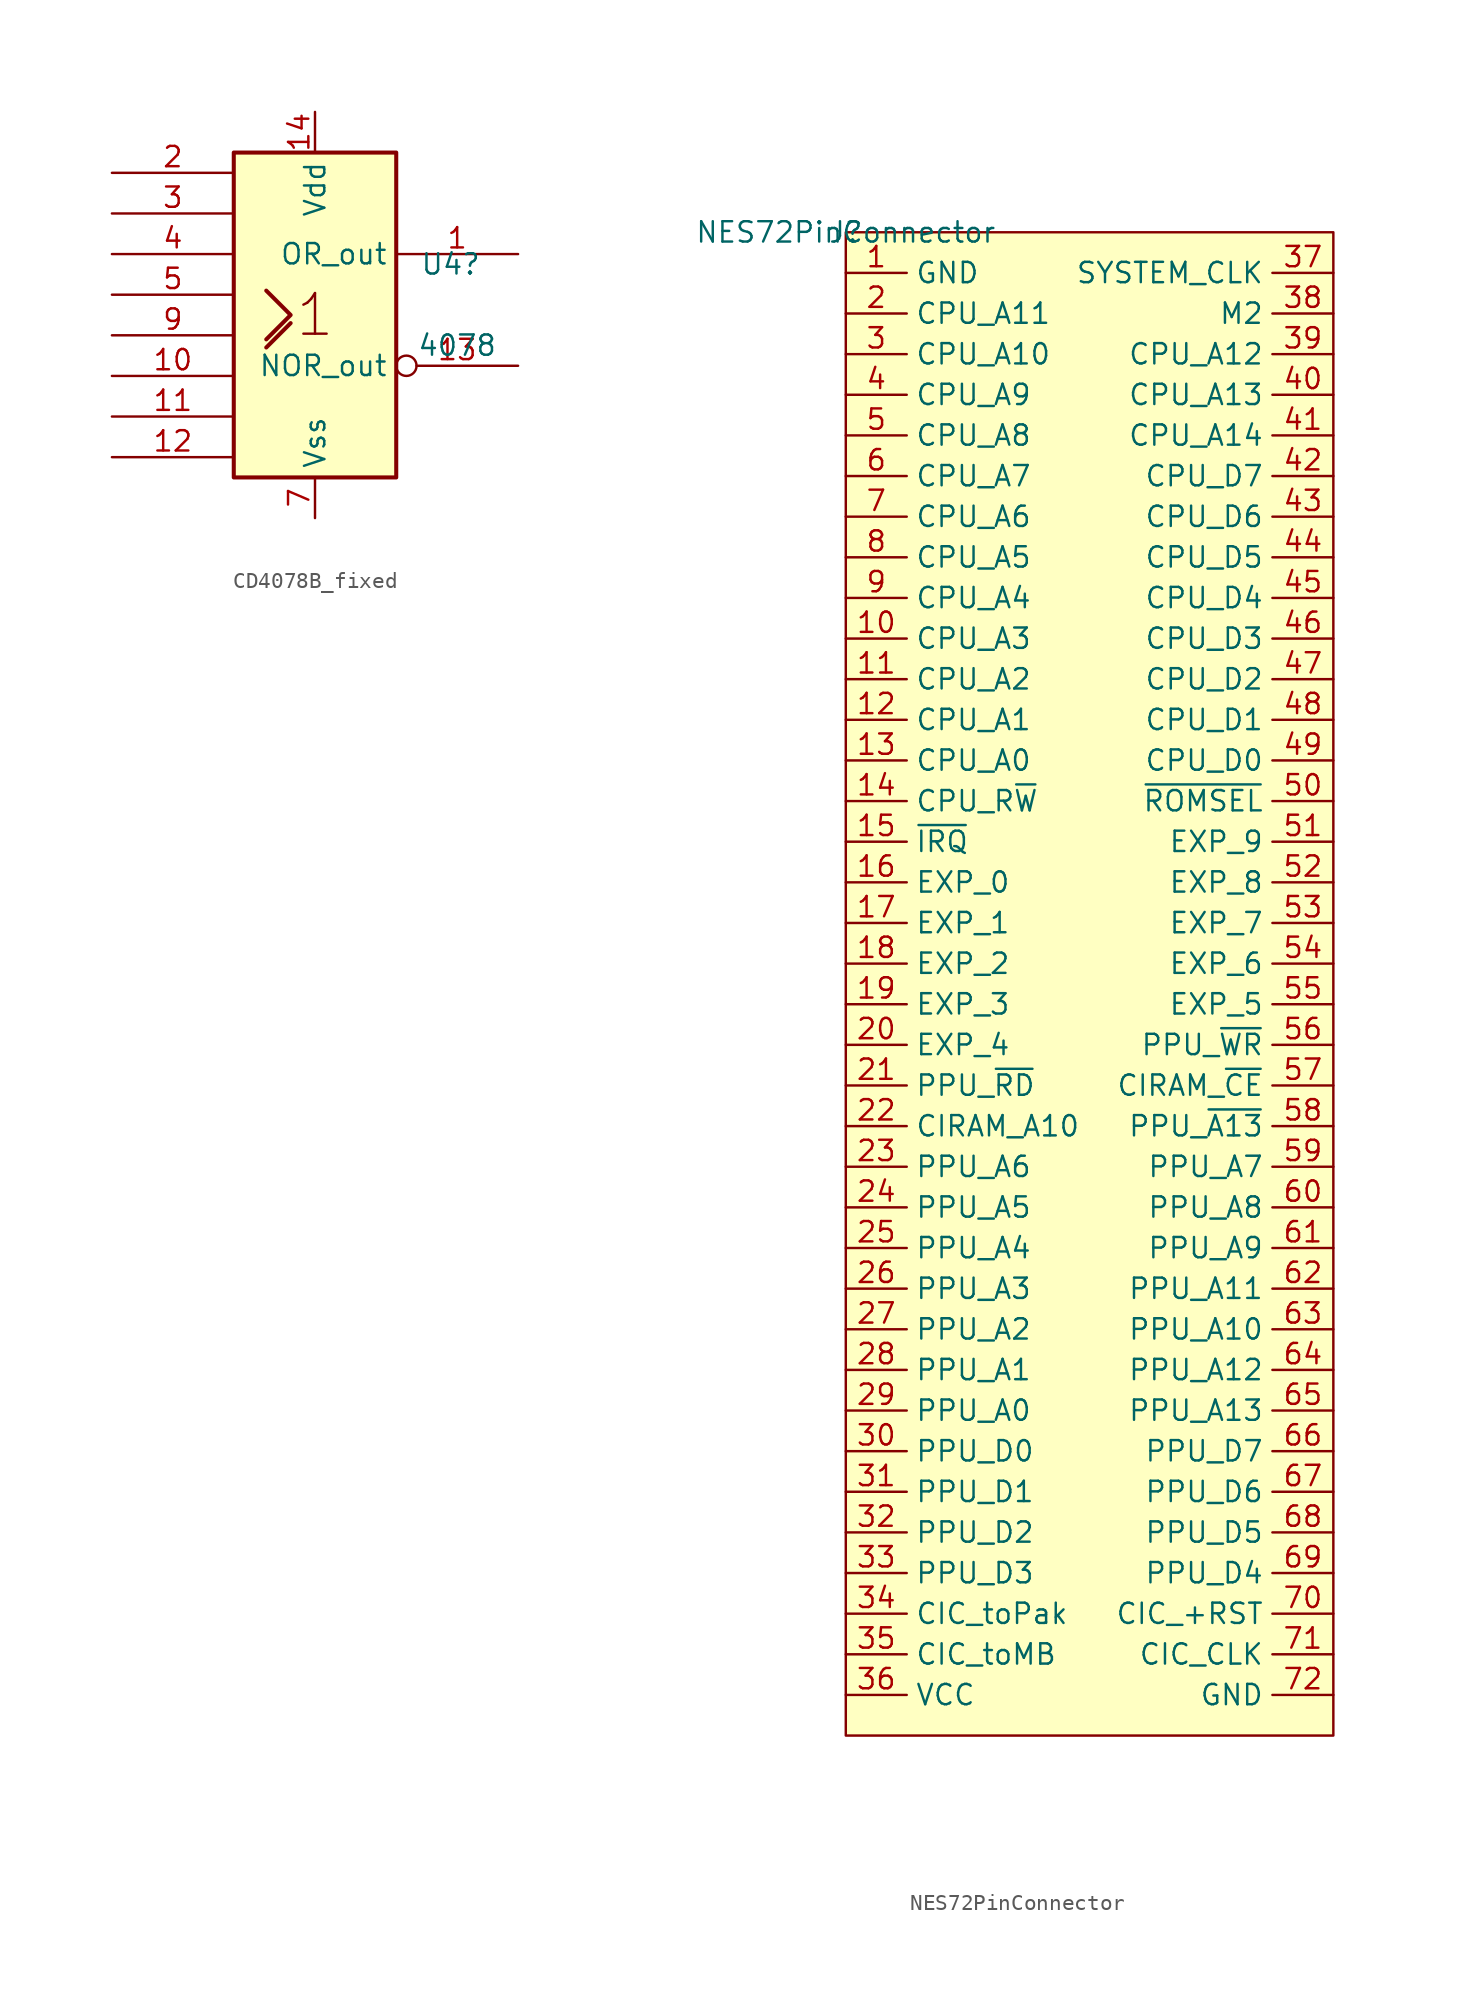
<source format=kicad_sym>
(kicad_symbol_lib
  (version 20220914)
  (generator kicad_symbol_editor)
  (symbol "CD4078B_fixed"
    (property "Reference" "U4"
      (at 8.484 3.175 0)
      (effects (font (size 1.27 1.27))))
    (property "Value" "4078"
      (at 8.89 -1.905 0)
      (effects (font (size 1.27 1.27))))
    (symbol "CD4078B_fixed_0_0"
      (rectangle (start -5.08 10.16) (end 5.08 -10.16) (stroke (width 0.254) (type default)) (fill (type background)))
      (polyline (pts (xy -3.048 -2.032) (xy -1.524 -0.508) (xy -1.524 -0.508)) (stroke (width 0.254) (type default)) (fill (type background)))
      (polyline (pts (xy -3.048 1.524) (xy -1.524 0) (xy -3.048 -1.524) (xy -3.048 -1.524)) (stroke (width 0.254) (type default)) (fill (type background)))
      (text "1" (at 0 0 0) (effects (font (size 2.54 2.54))))
      (pin power_in line (at 0 12.7 270) (length 2.54) (name "Vdd" (effects (font (size 1.27 1.27)))) (number "14" (effects (font (size 1.27 1.27)))))
      (pin power_in line (at 0 -12.7 90) (length 2.54) (name "Vss" (effects (font (size 1.27 1.27)))) (number "7" (effects (font (size 1.27 1.27))))))
    (symbol "CD4078B_fixed_1_1"
      (pin output line (at 12.7 3.81 180) (length 7.62) (name "OR_out" (effects (font (size 1.27 1.27)))) (number "1" (effects (font (size 1.27 1.27)))))
      (pin input line (at -12.7 -3.81 0) (length 7.62) (name "~" (effects (font (size 1.27 1.27)))) (number "10" (effects (font (size 1.27 1.27)))))
      (pin input line (at -12.7 -6.35 0) (length 7.62) (name "~" (effects (font (size 1.27 1.27)))) (number "11" (effects (font (size 1.27 1.27)))))
      (pin input line (at -12.7 -8.89 0) (length 7.62) (name "~" (effects (font (size 1.27 1.27)))) (number "12" (effects (font (size 1.27 1.27)))))
      (pin output inverted (at 12.7 -3.175 180) (length 7.62) (name "NOR_out" (effects (font (size 1.27 1.27)))) (number "13" (effects (font (size 1.27 1.27)))))
      (pin input line (at -12.7 8.89 0) (length 7.62) (name "~" (effects (font (size 1.27 1.27)))) (number "2" (effects (font (size 1.27 1.27)))))
      (pin input line (at -12.7 6.35 0) (length 7.62) (name "~" (effects (font (size 1.27 1.27)))) (number "3" (effects (font (size 1.27 1.27)))))
      (pin input line (at -12.7 3.81 0) (length 7.62) (name "~" (effects (font (size 1.27 1.27)))) (number "4" (effects (font (size 1.27 1.27)))))
      (pin input line (at -12.7 1.27 0) (length 7.62) (name "~" (effects (font (size 1.27 1.27)))) (number "5" (effects (font (size 1.27 1.27)))))
      (pin input line (at -12.7 -1.27 0) (length 7.62) (name "~" (effects (font (size 1.27 1.27)))) (number "9" (effects (font (size 1.27 1.27)))))))
  (symbol "NES72PinConnector"
    (property "Reference" "J"
      (at 0 0 0)
      (effects (font (size 1.27 1.27))))
    (property "Value" "NES72PinConnector"
      (at 0 0 0)
      (effects (font (size 1.27 1.27))))
    (symbol "NES72PinConnector_0_1"
      (rectangle (start 0 0) (end 30.48 -93.98) (stroke (width 0) (type default)) (fill (type background))))
    (symbol "NES72PinConnector_1_1"
      (pin power_in line (at 0 -2.54 0) (length 3.81) (name "GND" (effects (font (size 1.27 1.27)))) (number "1" (effects (font (size 1.27 1.27)))))
      (pin input line (at 0 -25.4 0) (length 3.81) (name "CPU_A3" (effects (font (size 1.27 1.27)))) (number "10" (effects (font (size 1.27 1.27)))))
      (pin input line (at 0 -27.94 0) (length 3.81) (name "CPU_A2" (effects (font (size 1.27 1.27)))) (number "11" (effects (font (size 1.27 1.27)))))
      (pin input line (at 0 -30.48 0) (length 3.81) (name "CPU_A1" (effects (font (size 1.27 1.27)))) (number "12" (effects (font (size 1.27 1.27)))))
      (pin input line (at 0 -33.02 0) (length 3.81) (name "CPU_A0" (effects (font (size 1.27 1.27)))) (number "13" (effects (font (size 1.27 1.27)))))
      (pin input line (at 0 -35.56 0) (length 3.81) (name "CPU_R~{W}" (effects (font (size 1.27 1.27)))) (number "14" (effects (font (size 1.27 1.27)))))
      (pin output line (at 0 -38.1 0) (length 3.81) (name "~{IRQ}" (effects (font (size 1.27 1.27)))) (number "15" (effects (font (size 1.27 1.27)))))
      (pin unspecified line (at 0 -40.64 0) (length 3.81) (name "EXP_0" (effects (font (size 1.27 1.27)))) (number "16" (effects (font (size 1.27 1.27)))))
      (pin unspecified line (at 0 -43.18 0) (length 3.81) (name "EXP_1" (effects (font (size 1.27 1.27)))) (number "17" (effects (font (size 1.27 1.27)))))
      (pin unspecified line (at 0 -45.72 0) (length 3.81) (name "EXP_2" (effects (font (size 1.27 1.27)))) (number "18" (effects (font (size 1.27 1.27)))))
      (pin unspecified line (at 0 -48.26 0) (length 3.81) (name "EXP_3" (effects (font (size 1.27 1.27)))) (number "19" (effects (font (size 1.27 1.27)))))
      (pin input line (at 0 -5.08 0) (length 3.81) (name "CPU_A11" (effects (font (size 1.27 1.27)))) (number "2" (effects (font (size 1.27 1.27)))))
      (pin unspecified line (at 0 -50.8 0) (length 3.81) (name "EXP_4" (effects (font (size 1.27 1.27)))) (number "20" (effects (font (size 1.27 1.27)))))
      (pin input line (at 0 -53.34 0) (length 3.81) (name "PPU_~{RD}" (effects (font (size 1.27 1.27)))) (number "21" (effects (font (size 1.27 1.27)))))
      (pin input line (at 0 -55.88 0) (length 3.81) (name "CIRAM_A10" (effects (font (size 1.27 1.27)))) (number "22" (effects (font (size 1.27 1.27)))))
      (pin input line (at 0 -58.42 0) (length 3.81) (name "PPU_A6" (effects (font (size 1.27 1.27)))) (number "23" (effects (font (size 1.27 1.27)))))
      (pin input line (at 0 -60.96 0) (length 3.81) (name "PPU_A5" (effects (font (size 1.27 1.27)))) (number "24" (effects (font (size 1.27 1.27)))))
      (pin input line (at 0 -63.5 0) (length 3.81) (name "PPU_A4" (effects (font (size 1.27 1.27)))) (number "25" (effects (font (size 1.27 1.27)))))
      (pin input line (at 0 -66.04 0) (length 3.81) (name "PPU_A3" (effects (font (size 1.27 1.27)))) (number "26" (effects (font (size 1.27 1.27)))))
      (pin input line (at 0 -68.58 0) (length 3.81) (name "PPU_A2" (effects (font (size 1.27 1.27)))) (number "27" (effects (font (size 1.27 1.27)))))
      (pin input line (at 0 -71.12 0) (length 3.81) (name "PPU_A1" (effects (font (size 1.27 1.27)))) (number "28" (effects (font (size 1.27 1.27)))))
      (pin input line (at 0 -73.66 0) (length 3.81) (name "PPU_A0" (effects (font (size 1.27 1.27)))) (number "29" (effects (font (size 1.27 1.27)))))
      (pin input line (at 0 -7.62 0) (length 3.81) (name "CPU_A10" (effects (font (size 1.27 1.27)))) (number "3" (effects (font (size 1.27 1.27)))))
      (pin bidirectional line (at 0 -76.2 0) (length 3.81) (name "PPU_D0" (effects (font (size 1.27 1.27)))) (number "30" (effects (font (size 1.27 1.27)))))
      (pin bidirectional line (at 0 -78.74 0) (length 3.81) (name "PPU_D1" (effects (font (size 1.27 1.27)))) (number "31" (effects (font (size 1.27 1.27)))))
      (pin bidirectional line (at 0 -81.28 0) (length 3.81) (name "PPU_D2" (effects (font (size 1.27 1.27)))) (number "32" (effects (font (size 1.27 1.27)))))
      (pin bidirectional line (at 0 -83.82 0) (length 3.81) (name "PPU_D3" (effects (font (size 1.27 1.27)))) (number "33" (effects (font (size 1.27 1.27)))))
      (pin input line (at 0 -86.36 0) (length 3.81) (name "CIC_toPak" (effects (font (size 1.27 1.27)))) (number "34" (effects (font (size 1.27 1.27)))))
      (pin output line (at 0 -88.9 0) (length 3.81) (name "CIC_toMB" (effects (font (size 1.27 1.27)))) (number "35" (effects (font (size 1.27 1.27)))))
      (pin power_in line (at 0 -91.44 0) (length 3.81) (name "VCC" (effects (font (size 1.27 1.27)))) (number "36" (effects (font (size 1.27 1.27)))))
      (pin input line (at 30.48 -2.54 180) (length 3.81) (name "SYSTEM_CLK" (effects (font (size 1.27 1.27)))) (number "37" (effects (font (size 1.27 1.27)))))
      (pin input line (at 30.48 -5.08 180) (length 3.81) (name "M2" (effects (font (size 1.27 1.27)))) (number "38" (effects (font (size 1.27 1.27)))))
      (pin input line (at 30.48 -7.62 180) (length 3.81) (name "CPU_A12" (effects (font (size 1.27 1.27)))) (number "39" (effects (font (size 1.27 1.27)))))
      (pin input line (at 0 -10.16 0) (length 3.81) (name "CPU_A9" (effects (font (size 1.27 1.27)))) (number "4" (effects (font (size 1.27 1.27)))))
      (pin input line (at 30.48 -10.16 180) (length 3.81) (name "CPU_A13" (effects (font (size 1.27 1.27)))) (number "40" (effects (font (size 1.27 1.27)))))
      (pin input line (at 30.48 -12.7 180) (length 3.81) (name "CPU_A14" (effects (font (size 1.27 1.27)))) (number "41" (effects (font (size 1.27 1.27)))))
      (pin bidirectional line (at 30.48 -15.24 180) (length 3.81) (name "CPU_D7" (effects (font (size 1.27 1.27)))) (number "42" (effects (font (size 1.27 1.27)))))
      (pin bidirectional line (at 30.48 -17.78 180) (length 3.81) (name "CPU_D6" (effects (font (size 1.27 1.27)))) (number "43" (effects (font (size 1.27 1.27)))))
      (pin bidirectional line (at 30.48 -20.32 180) (length 3.81) (name "CPU_D5" (effects (font (size 1.27 1.27)))) (number "44" (effects (font (size 1.27 1.27)))))
      (pin bidirectional line (at 30.48 -22.86 180) (length 3.81) (name "CPU_D4" (effects (font (size 1.27 1.27)))) (number "45" (effects (font (size 1.27 1.27)))))
      (pin bidirectional line (at 30.48 -25.4 180) (length 3.81) (name "CPU_D3" (effects (font (size 1.27 1.27)))) (number "46" (effects (font (size 1.27 1.27)))))
      (pin bidirectional line (at 30.48 -27.94 180) (length 3.81) (name "CPU_D2" (effects (font (size 1.27 1.27)))) (number "47" (effects (font (size 1.27 1.27)))))
      (pin bidirectional line (at 30.48 -30.48 180) (length 3.81) (name "CPU_D1" (effects (font (size 1.27 1.27)))) (number "48" (effects (font (size 1.27 1.27)))))
      (pin bidirectional line (at 30.48 -33.02 180) (length 3.81) (name "CPU_D0" (effects (font (size 1.27 1.27)))) (number "49" (effects (font (size 1.27 1.27)))))
      (pin input line (at 0 -12.7 0) (length 3.81) (name "CPU_A8" (effects (font (size 1.27 1.27)))) (number "5" (effects (font (size 1.27 1.27)))))
      (pin input line (at 30.48 -35.56 180) (length 3.81) (name "~{ROMSEL}" (effects (font (size 1.27 1.27)))) (number "50" (effects (font (size 1.27 1.27)))))
      (pin unspecified line (at 30.48 -38.1 180) (length 3.81) (name "EXP_9" (effects (font (size 1.27 1.27)))) (number "51" (effects (font (size 1.27 1.27)))))
      (pin unspecified line (at 30.48 -40.64 180) (length 3.81) (name "EXP_8" (effects (font (size 1.27 1.27)))) (number "52" (effects (font (size 1.27 1.27)))))
      (pin unspecified line (at 30.48 -43.18 180) (length 3.81) (name "EXP_7" (effects (font (size 1.27 1.27)))) (number "53" (effects (font (size 1.27 1.27)))))
      (pin unspecified line (at 30.48 -45.72 180) (length 3.81) (name "EXP_6" (effects (font (size 1.27 1.27)))) (number "54" (effects (font (size 1.27 1.27)))))
      (pin unspecified line (at 30.48 -48.26 180) (length 3.81) (name "EXP_5" (effects (font (size 1.27 1.27)))) (number "55" (effects (font (size 1.27 1.27)))))
      (pin input line (at 30.48 -50.8 180) (length 3.81) (name "PPU_~{WR}" (effects (font (size 1.27 1.27)))) (number "56" (effects (font (size 1.27 1.27)))))
      (pin input line (at 30.48 -53.34 180) (length 3.81) (name "CIRAM_~{CE}" (effects (font (size 1.27 1.27)))) (number "57" (effects (font (size 1.27 1.27)))))
      (pin input line (at 30.48 -55.88 180) (length 3.81) (name "PPU_~{A13}" (effects (font (size 1.27 1.27)))) (number "58" (effects (font (size 1.27 1.27)))))
      (pin input line (at 30.48 -58.42 180) (length 3.81) (name "PPU_A7" (effects (font (size 1.27 1.27)))) (number "59" (effects (font (size 1.27 1.27)))))
      (pin input line (at 0 -15.24 0) (length 3.81) (name "CPU_A7" (effects (font (size 1.27 1.27)))) (number "6" (effects (font (size 1.27 1.27)))))
      (pin input line (at 30.48 -60.96 180) (length 3.81) (name "PPU_A8" (effects (font (size 1.27 1.27)))) (number "60" (effects (font (size 1.27 1.27)))))
      (pin input line (at 30.48 -63.5 180) (length 3.81) (name "PPU_A9" (effects (font (size 1.27 1.27)))) (number "61" (effects (font (size 1.27 1.27)))))
      (pin input line (at 30.48 -66.04 180) (length 3.81) (name "PPU_A11" (effects (font (size 1.27 1.27)))) (number "62" (effects (font (size 1.27 1.27)))))
      (pin input line (at 30.48 -68.58 180) (length 3.81) (name "PPU_A10" (effects (font (size 1.27 1.27)))) (number "63" (effects (font (size 1.27 1.27)))))
      (pin input line (at 30.48 -71.12 180) (length 3.81) (name "PPU_A12" (effects (font (size 1.27 1.27)))) (number "64" (effects (font (size 1.27 1.27)))))
      (pin input line (at 30.48 -73.66 180) (length 3.81) (name "PPU_A13" (effects (font (size 1.27 1.27)))) (number "65" (effects (font (size 1.27 1.27)))))
      (pin bidirectional line (at 30.48 -76.2 180) (length 3.81) (name "PPU_D7" (effects (font (size 1.27 1.27)))) (number "66" (effects (font (size 1.27 1.27)))))
      (pin bidirectional line (at 30.48 -78.74 180) (length 3.81) (name "PPU_D6" (effects (font (size 1.27 1.27)))) (number "67" (effects (font (size 1.27 1.27)))))
      (pin bidirectional line (at 30.48 -81.28 180) (length 3.81) (name "PPU_D5" (effects (font (size 1.27 1.27)))) (number "68" (effects (font (size 1.27 1.27)))))
      (pin bidirectional line (at 30.48 -83.82 180) (length 3.81) (name "PPU_D4" (effects (font (size 1.27 1.27)))) (number "69" (effects (font (size 1.27 1.27)))))
      (pin input line (at 0 -17.78 0) (length 3.81) (name "CPU_A6" (effects (font (size 1.27 1.27)))) (number "7" (effects (font (size 1.27 1.27)))))
      (pin input line (at 30.48 -86.36 180) (length 3.81) (name "CIC_+RST" (effects (font (size 1.27 1.27)))) (number "70" (effects (font (size 1.27 1.27)))))
      (pin input line (at 30.48 -88.9 180) (length 3.81) (name "CIC_CLK" (effects (font (size 1.27 1.27)))) (number "71" (effects (font (size 1.27 1.27)))))
      (pin power_in line (at 30.48 -91.44 180) (length 3.81) (name "GND" (effects (font (size 1.27 1.27)))) (number "72" (effects (font (size 1.27 1.27)))))
      (pin input line (at 0 -20.32 0) (length 3.81) (name "CPU_A5" (effects (font (size 1.27 1.27)))) (number "8" (effects (font (size 1.27 1.27)))))
      (pin input line (at 0 -22.86 0) (length 3.81) (name "CPU_A4" (effects (font (size 1.27 1.27)))) (number "9" (effects (font (size 1.27 1.27))))))))
</source>
